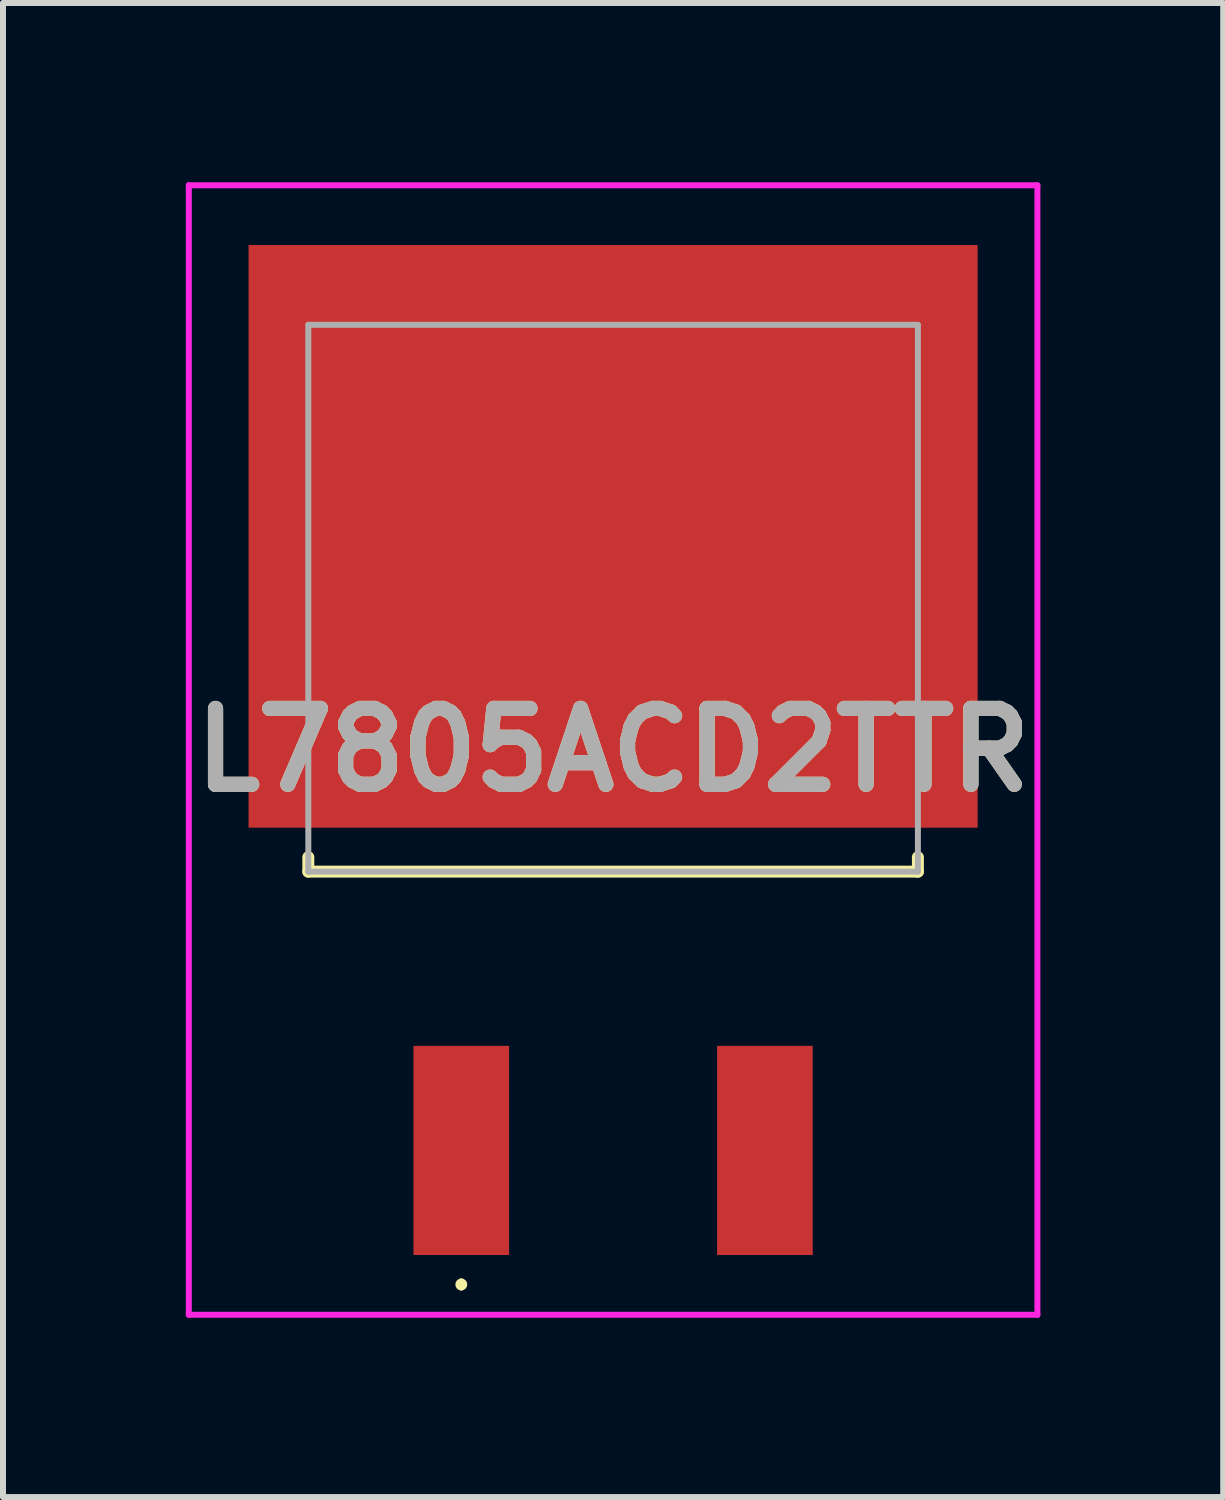
<source format=kicad_pcb>
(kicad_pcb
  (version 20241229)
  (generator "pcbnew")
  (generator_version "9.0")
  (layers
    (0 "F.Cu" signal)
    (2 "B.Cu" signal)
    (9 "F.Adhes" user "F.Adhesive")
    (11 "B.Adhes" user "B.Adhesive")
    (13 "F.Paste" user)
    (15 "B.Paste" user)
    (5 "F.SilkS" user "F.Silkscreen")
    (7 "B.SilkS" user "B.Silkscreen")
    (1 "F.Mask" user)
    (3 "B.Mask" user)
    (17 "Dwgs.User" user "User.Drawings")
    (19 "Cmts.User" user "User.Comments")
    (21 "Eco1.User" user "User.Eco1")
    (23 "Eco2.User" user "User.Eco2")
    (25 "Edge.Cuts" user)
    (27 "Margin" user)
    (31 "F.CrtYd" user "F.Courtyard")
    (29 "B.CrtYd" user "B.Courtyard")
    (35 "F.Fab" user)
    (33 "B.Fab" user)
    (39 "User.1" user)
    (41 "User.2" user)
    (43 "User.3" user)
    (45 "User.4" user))
  (footprint "L7805ACD2TTR"
    (layer "F.Cu")
    (at 7.209 9.293)
    (property "Reference" "L7805ACD2TTR" (at 0 0.207 0) (layer "F.SilkS") (effects (font (size 1.27 1.27) (thickness 0.254))))
    (attr smd)
    (fp_line (start -5.1 2) (end -5.1 2.242) (stroke (width 0.2) (type solid)) (layer "F.SilkS"))
    (fp_line (start -5.1 2.242) (end 5.1 2.242) (stroke (width 0.2) (type solid)) (layer "F.SilkS"))
    (fp_line (start -2.54 9.1) (end -2.54 9.1) (stroke (width 0.1) (type solid)) (layer "F.SilkS"))
    (fp_line (start -2.54 9.2) (end -2.54 9.2) (stroke (width 0.1) (type solid)) (layer "F.SilkS"))
    (fp_line (start 5.1 2.242) (end 5.1 2) (stroke (width 0.2) (type solid)) (layer "F.SilkS"))
    (fp_arc (start -2.54 9.1) (mid -2.49 9.15) (end -2.54 9.2) (stroke (width 0.1) (type solid)) (layer "F.SilkS"))
    (fp_arc (start -2.54 9.2) (mid -2.59 9.15) (end -2.54 9.1) (stroke (width 0.1) (type solid)) (layer "F.SilkS"))
    (fp_line (start -7.1 -9.243) (end 7.1 -9.243) (stroke (width 0.1) (type solid)) (layer "F.CrtYd"))
    (fp_line (start -7.1 9.657) (end -7.1 -9.243) (stroke (width 0.1) (type solid)) (layer "F.CrtYd"))
    (fp_line (start 7.1 -9.243) (end 7.1 9.657) (stroke (width 0.1) (type solid)) (layer "F.CrtYd"))
    (fp_line (start 7.1 9.657) (end -7.1 9.657) (stroke (width 0.1) (type solid)) (layer "F.CrtYd"))
    (fp_line (start -5.1 -6.908) (end 5.1 -6.908) (stroke (width 0.1) (type solid)) (layer "F.Fab"))
    (fp_line (start -5.1 2.242) (end -5.1 -6.908) (stroke (width 0.1) (type solid)) (layer "F.Fab"))
    (fp_line (start 5.1 -6.908) (end 5.1 2.242) (stroke (width 0.1) (type solid)) (layer "F.Fab"))
    (fp_line (start 5.1 2.242) (end -5.1 2.242) (stroke (width 0.1) (type solid)) (layer "F.Fab"))
    (fp_text user "${REFERENCE}" (at 0 0.207 0) (layer "F.Fab") (effects (font (size 1.27 1.27) (thickness 0.254))))
    (pad "1" smd rect (at -2.54 6.907) (size 1.6 3.5) (layers "F.Cu" "F.Mask" "F.Paste"))
    (pad "2" smd rect (at 0 -3.368 90) (size 9.75 12.2) (layers "F.Cu" "F.Mask" "F.Paste"))
    (pad "3" smd rect (at 2.54 6.907) (size 1.6 3.5) (layers "F.Cu" "F.Mask" "F.Paste")))
  (gr_rect
    (start -3 -3)
    (end 17.418 22)
    (stroke (width 0.1) (type default))
    (fill no)
    (layer "Edge.Cuts")))
</source>
